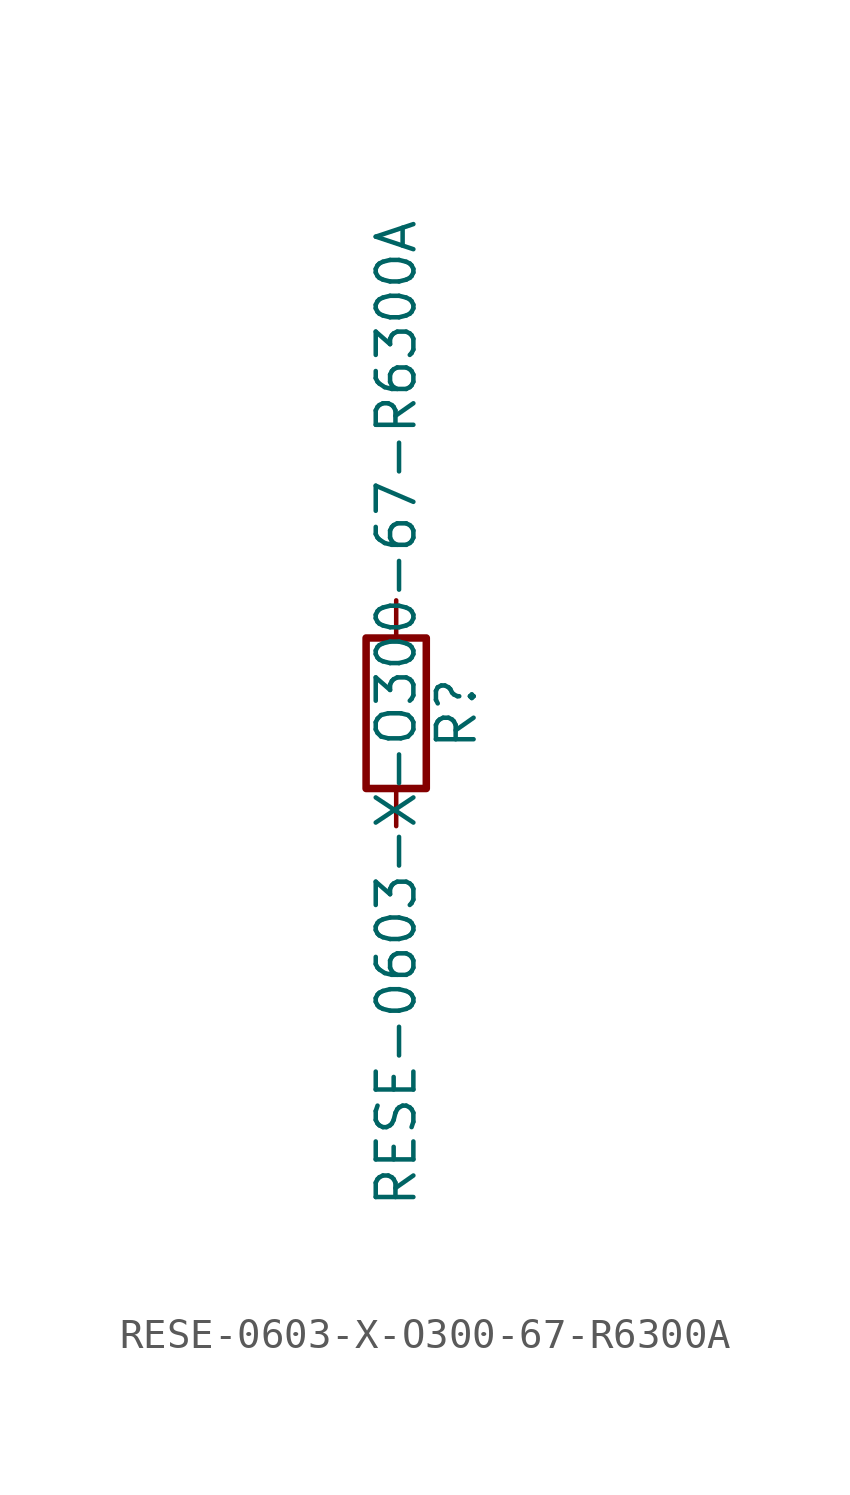
<source format=kicad_sym>
(kicad_symbol_lib
  (version 20211014)
  (generator kicad_symbol_editor)
  (symbol "RESE-0603-X-O300-67-R6300A"
    (pin_numbers hide)
    (pin_names
      (offset 0))
    (property "Reference" "R"
      (at 2.032 0 90)
      (effects (font (size 1.27 1.27))))
    (property "Value" "RESE-0603-X-O300-67-R6300A"
      (at 0 0 90)
      (effects (font (size 1.27 1.27))))
    (symbol "RESE-0603-X-O300-67-R6300A_0_1"
      (rectangle (start -1.016 -2.54) (end 1.016 2.54) (stroke (width 0.254) (type default) (color 0 0 0 0)) (fill (type none))))
    (symbol "RESE-0603-X-O300-67-R6300A_1_1"
      (pin passive line (at 0 3.81 270) (length 1.27) (name "~" (effects (font (size 1.27 1.27)))) (number "1" (effects (font (size 1.27 1.27)))))
      (pin passive line (at 0 -3.81 90) (length 1.27) (name "~" (effects (font (size 1.27 1.27)))) (number "2" (effects (font (size 1.27 1.27))))))))
</source>
